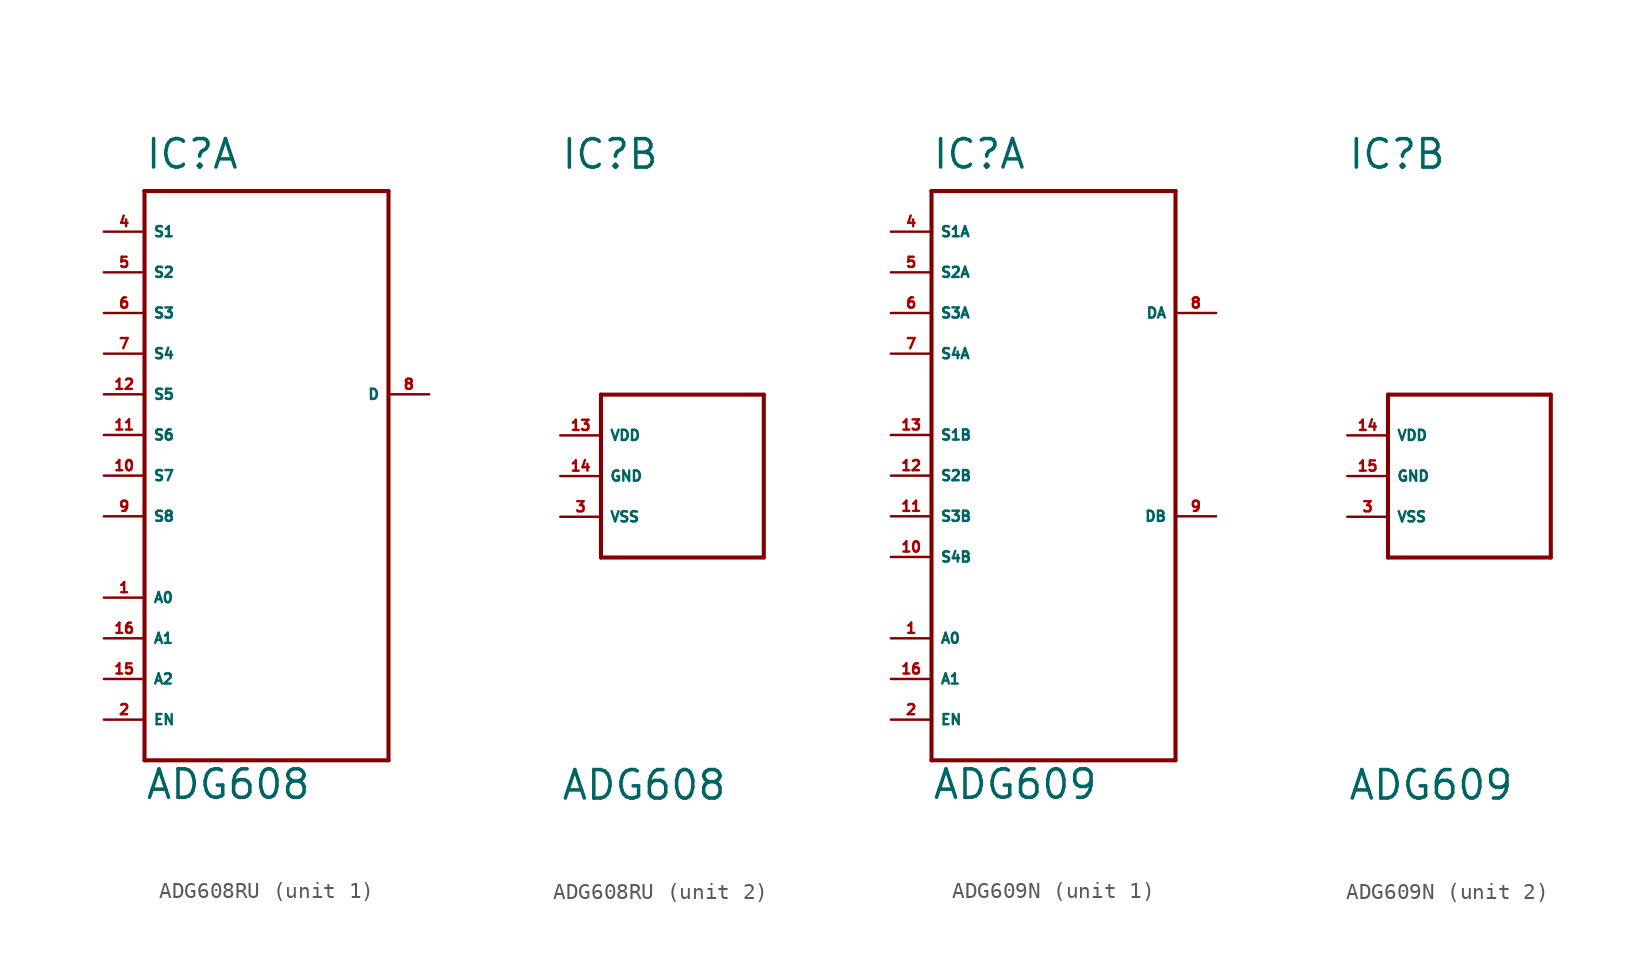
<source format=kicad_sym>
(kicad_symbol_lib
  (version 20220914)
  (generator Eagle2Kicad)
  (symbol "ADG608RU"
    (property "Reference" "IC"
      (at -7.62 19.05 0)
      (effects (font (size 1.778 1.778) (thickness 0.22)) (justify left bottom)))
    (property "Value" "ADG608"
      (at -7.62 -20.32 0)
      (effects (font (size 1.778 1.778) (thickness 0.22)) (justify left bottom)))
    (symbol "ADG608RU_1_0"
      (polyline (pts (xy -7.62 17.78) (xy 7.62 17.78)) (stroke (width 0.254) (type default)) (fill (type none)))
      (polyline (pts (xy 7.62 17.78) (xy 7.62 -17.78)) (stroke (width 0.254) (type default)) (fill (type none)))
      (polyline (pts (xy 7.62 -17.78) (xy -7.62 -17.78)) (stroke (width 0.254) (type default)) (fill (type none)))
      (polyline (pts (xy -7.62 -17.78) (xy -7.62 17.78)) (stroke (width 0.254) (type default)) (fill (type none)))
      (pin bidirectional line (at -10.16 15.24 0) (length 2.54) (name "S1" (effects (font (size 0.635 0.635) (thickness 0.08)) (justify left bottom))) (number "4" (effects (font (size 0.635 0.635) (thickness 0.08)) (justify left bottom))))
      (pin bidirectional line (at -10.16 12.7 0) (length 2.54) (name "S2" (effects (font (size 0.635 0.635) (thickness 0.08)) (justify left bottom))) (number "5" (effects (font (size 0.635 0.635) (thickness 0.08)) (justify left bottom))))
      (pin bidirectional line (at -10.16 10.16 0) (length 2.54) (name "S3" (effects (font (size 0.635 0.635) (thickness 0.08)) (justify left bottom))) (number "6" (effects (font (size 0.635 0.635) (thickness 0.08)) (justify left bottom))))
      (pin bidirectional line (at -10.16 7.62 0) (length 2.54) (name "S4" (effects (font (size 0.635 0.635) (thickness 0.08)) (justify left bottom))) (number "7" (effects (font (size 0.635 0.635) (thickness 0.08)) (justify left bottom))))
      (pin bidirectional line (at -10.16 5.08 0) (length 2.54) (name "S5" (effects (font (size 0.635 0.635) (thickness 0.08)) (justify left bottom))) (number "12" (effects (font (size 0.635 0.635) (thickness 0.08)) (justify left bottom))))
      (pin bidirectional line (at -10.16 2.54 0) (length 2.54) (name "S6" (effects (font (size 0.635 0.635) (thickness 0.08)) (justify left bottom))) (number "11" (effects (font (size 0.635 0.635) (thickness 0.08)) (justify left bottom))))
      (pin bidirectional line (at -10.16 0 0) (length 2.54) (name "S7" (effects (font (size 0.635 0.635) (thickness 0.08)) (justify left bottom))) (number "10" (effects (font (size 0.635 0.635) (thickness 0.08)) (justify left bottom))))
      (pin bidirectional line (at -10.16 -2.54 0) (length 2.54) (name "S8" (effects (font (size 0.635 0.635) (thickness 0.08)) (justify left bottom))) (number "9" (effects (font (size 0.635 0.635) (thickness 0.08)) (justify left bottom))))
      (pin bidirectional line (at 10.16 5.08 180) (length 2.54) (name "D" (effects (font (size 0.635 0.635) (thickness 0.08)) (justify left bottom))) (number "8" (effects (font (size 0.635 0.635) (thickness 0.08)) (justify left bottom))))
      (pin input line (at -10.16 -7.62 0) (length 2.54) (name "A0" (effects (font (size 0.635 0.635) (thickness 0.08)) (justify left bottom))) (number "1" (effects (font (size 0.635 0.635) (thickness 0.08)) (justify left bottom))))
      (pin input line (at -10.16 -10.16 0) (length 2.54) (name "A1" (effects (font (size 0.635 0.635) (thickness 0.08)) (justify left bottom))) (number "16" (effects (font (size 0.635 0.635) (thickness 0.08)) (justify left bottom))))
      (pin input line (at -10.16 -12.7 0) (length 2.54) (name "A2" (effects (font (size 0.635 0.635) (thickness 0.08)) (justify left bottom))) (number "15" (effects (font (size 0.635 0.635) (thickness 0.08)) (justify left bottom))))
      (pin input line (at -10.16 -15.24 0) (length 2.54) (name "EN" (effects (font (size 0.635 0.635) (thickness 0.08)) (justify left bottom))) (number "2" (effects (font (size 0.635 0.635) (thickness 0.08)) (justify left bottom)))))
    (symbol "ADG608RU_2_0"
      (polyline (pts (xy -5.08 5.08) (xy 5.08 5.08)) (stroke (width 0.254) (type default)) (fill (type none)))
      (polyline (pts (xy 5.08 5.08) (xy 5.08 -5.08)) (stroke (width 0.254) (type default)) (fill (type none)))
      (polyline (pts (xy 5.08 -5.08) (xy -5.08 -5.08)) (stroke (width 0.254) (type default)) (fill (type none)))
      (polyline (pts (xy -5.08 -5.08) (xy -5.08 5.08)) (stroke (width 0.254) (type default)) (fill (type none)))
      (pin unspecified line (at -7.62 -2.54 0) (length 2.54) (name "VSS" (effects (font (size 0.635 0.635) (thickness 0.08)) (justify left bottom))) (number "3" (effects (font (size 0.635 0.635) (thickness 0.08)) (justify left bottom))))
      (pin unspecified line (at -7.62 0 0) (length 2.54) (name "GND" (effects (font (size 0.635 0.635) (thickness 0.08)) (justify left bottom))) (number "14" (effects (font (size 0.635 0.635) (thickness 0.08)) (justify left bottom))))
      (pin unspecified line (at -7.62 2.54 0) (length 2.54) (name "VDD" (effects (font (size 0.635 0.635) (thickness 0.08)) (justify left bottom))) (number "13" (effects (font (size 0.635 0.635) (thickness 0.08)) (justify left bottom))))))
  (symbol "ADG609N"
    (property "Reference" "IC"
      (at -7.62 19.05 0)
      (effects (font (size 1.778 1.778) (thickness 0.22)) (justify left bottom)))
    (property "Value" "ADG609"
      (at -7.62 -20.32 0)
      (effects (font (size 1.778 1.778) (thickness 0.22)) (justify left bottom)))
    (symbol "ADG609N_1_0"
      (polyline (pts (xy -7.62 17.78) (xy 7.62 17.78)) (stroke (width 0.254) (type default)) (fill (type none)))
      (polyline (pts (xy 7.62 17.78) (xy 7.62 -17.78)) (stroke (width 0.254) (type default)) (fill (type none)))
      (polyline (pts (xy 7.62 -17.78) (xy -7.62 -17.78)) (stroke (width 0.254) (type default)) (fill (type none)))
      (polyline (pts (xy -7.62 -17.78) (xy -7.62 17.78)) (stroke (width 0.254) (type default)) (fill (type none)))
      (pin bidirectional line (at -10.16 15.24 0) (length 2.54) (name "S1A" (effects (font (size 0.635 0.635) (thickness 0.08)) (justify left bottom))) (number "4" (effects (font (size 0.635 0.635) (thickness 0.08)) (justify left bottom))))
      (pin bidirectional line (at -10.16 12.7 0) (length 2.54) (name "S2A" (effects (font (size 0.635 0.635) (thickness 0.08)) (justify left bottom))) (number "5" (effects (font (size 0.635 0.635) (thickness 0.08)) (justify left bottom))))
      (pin bidirectional line (at -10.16 10.16 0) (length 2.54) (name "S3A" (effects (font (size 0.635 0.635) (thickness 0.08)) (justify left bottom))) (number "6" (effects (font (size 0.635 0.635) (thickness 0.08)) (justify left bottom))))
      (pin bidirectional line (at -10.16 7.62 0) (length 2.54) (name "S4A" (effects (font (size 0.635 0.635) (thickness 0.08)) (justify left bottom))) (number "7" (effects (font (size 0.635 0.635) (thickness 0.08)) (justify left bottom))))
      (pin bidirectional line (at 10.16 10.16 180) (length 2.54) (name "DA" (effects (font (size 0.635 0.635) (thickness 0.08)) (justify left bottom))) (number "8" (effects (font (size 0.635 0.635) (thickness 0.08)) (justify left bottom))))
      (pin input line (at -10.16 -10.16 0) (length 2.54) (name "A0" (effects (font (size 0.635 0.635) (thickness 0.08)) (justify left bottom))) (number "1" (effects (font (size 0.635 0.635) (thickness 0.08)) (justify left bottom))))
      (pin input line (at -10.16 -12.7 0) (length 2.54) (name "A1" (effects (font (size 0.635 0.635) (thickness 0.08)) (justify left bottom))) (number "16" (effects (font (size 0.635 0.635) (thickness 0.08)) (justify left bottom))))
      (pin input line (at -10.16 -15.24 0) (length 2.54) (name "EN" (effects (font (size 0.635 0.635) (thickness 0.08)) (justify left bottom))) (number "2" (effects (font (size 0.635 0.635) (thickness 0.08)) (justify left bottom))))
      (pin bidirectional line (at -10.16 2.54 0) (length 2.54) (name "S1B" (effects (font (size 0.635 0.635) (thickness 0.08)) (justify left bottom))) (number "13" (effects (font (size 0.635 0.635) (thickness 0.08)) (justify left bottom))))
      (pin bidirectional line (at -10.16 0 0) (length 2.54) (name "S2B" (effects (font (size 0.635 0.635) (thickness 0.08)) (justify left bottom))) (number "12" (effects (font (size 0.635 0.635) (thickness 0.08)) (justify left bottom))))
      (pin bidirectional line (at -10.16 -2.54 0) (length 2.54) (name "S3B" (effects (font (size 0.635 0.635) (thickness 0.08)) (justify left bottom))) (number "11" (effects (font (size 0.635 0.635) (thickness 0.08)) (justify left bottom))))
      (pin bidirectional line (at -10.16 -5.08 0) (length 2.54) (name "S4B" (effects (font (size 0.635 0.635) (thickness 0.08)) (justify left bottom))) (number "10" (effects (font (size 0.635 0.635) (thickness 0.08)) (justify left bottom))))
      (pin bidirectional line (at 10.16 -2.54 180) (length 2.54) (name "DB" (effects (font (size 0.635 0.635) (thickness 0.08)) (justify left bottom))) (number "9" (effects (font (size 0.635 0.635) (thickness 0.08)) (justify left bottom)))))
    (symbol "ADG609N_2_0"
      (polyline (pts (xy -5.08 5.08) (xy 5.08 5.08)) (stroke (width 0.254) (type default)) (fill (type none)))
      (polyline (pts (xy 5.08 5.08) (xy 5.08 -5.08)) (stroke (width 0.254) (type default)) (fill (type none)))
      (polyline (pts (xy 5.08 -5.08) (xy -5.08 -5.08)) (stroke (width 0.254) (type default)) (fill (type none)))
      (polyline (pts (xy -5.08 -5.08) (xy -5.08 5.08)) (stroke (width 0.254) (type default)) (fill (type none)))
      (pin unspecified line (at -7.62 -2.54 0) (length 2.54) (name "VSS" (effects (font (size 0.635 0.635) (thickness 0.08)) (justify left bottom))) (number "3" (effects (font (size 0.635 0.635) (thickness 0.08)) (justify left bottom))))
      (pin unspecified line (at -7.62 0 0) (length 2.54) (name "GND" (effects (font (size 0.635 0.635) (thickness 0.08)) (justify left bottom))) (number "15" (effects (font (size 0.635 0.635) (thickness 0.08)) (justify left bottom))))
      (pin unspecified line (at -7.62 2.54 0) (length 2.54) (name "VDD" (effects (font (size 0.635 0.635) (thickness 0.08)) (justify left bottom))) (number "14" (effects (font (size 0.635 0.635) (thickness 0.08)) (justify left bottom)))))))
</source>
